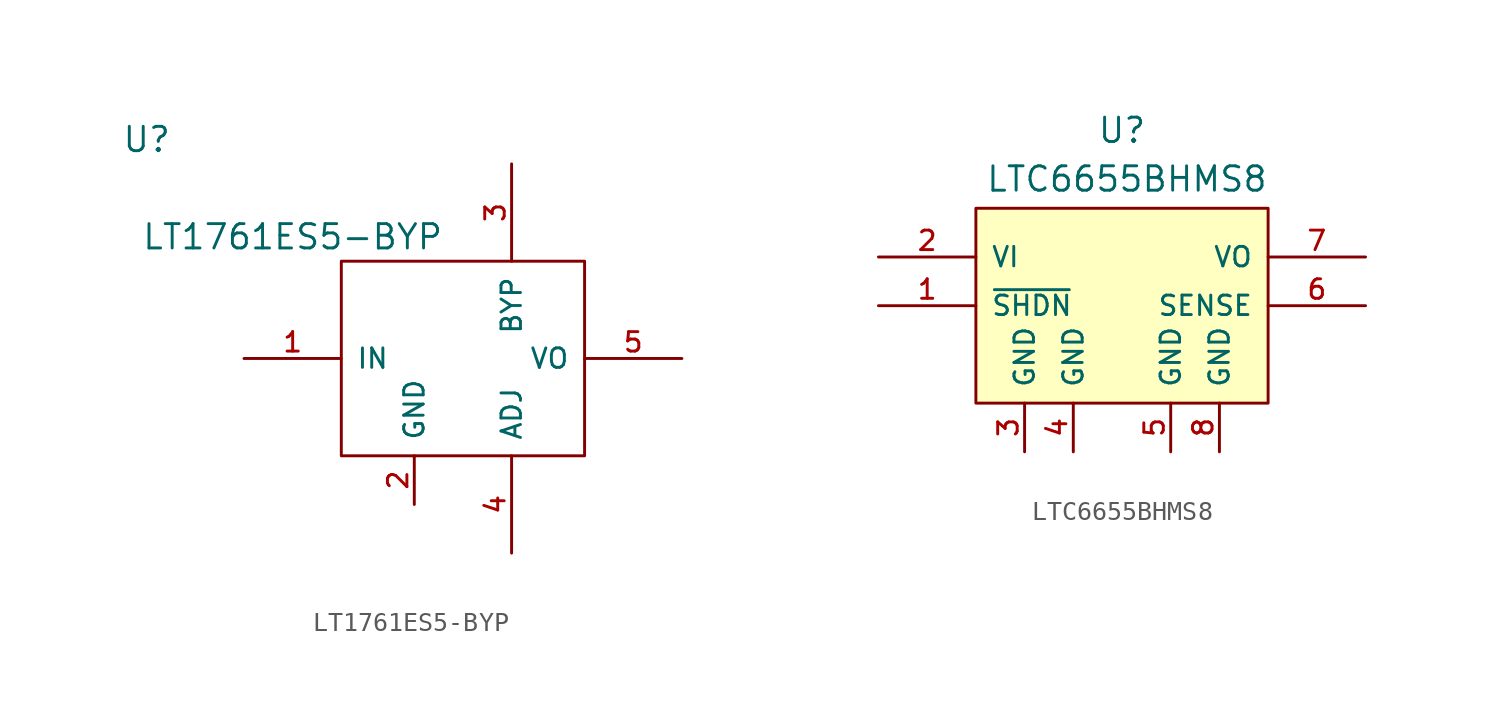
<source format=kicad_sym>
(kicad_symbol_lib
  (version 20231120)
  (generator "kicad_symbol_editor")
  (generator_version "8.0")
  (symbol "LT1761ES5-BYP"
    (pin_names
      (offset 0.762))
    (property "Reference" "U"
      (at -5.08 11.43 0)
      (effects (font (size 1.27 1.27))))
    (property "Value" "LT1761ES5-BYP"
      (at 2.54 6.35 0)
      (effects (font (size 1.27 1.27))))
    (symbol "LT1761ES5-BYP_0_1"
      (rectangle (start 5.08 -5.08) (end 17.78 5.08) (stroke (width 0) (type default)) (fill (type none))))
    (symbol "LT1761ES5-BYP_1_1"
      (pin power_in line (at 0 0 0) (length 5.08) (name "IN" (effects (font (size 1.016 1.016)))) (number "1" (effects (font (size 1.016 1.016)))))
      (pin power_in line (at 8.89 -7.62 90) (length 2.54) (name "GND" (effects (font (size 1.016 1.016)))) (number "2" (effects (font (size 1.016 1.016)))))
      (pin input line (at 13.97 10.16 270) (length 5.08) (name "BYP" (effects (font (size 1.016 1.016)))) (number "3" (effects (font (size 1.016 1.016)))))
      (pin input line (at 13.97 -10.16 90) (length 5.08) (name "ADJ" (effects (font (size 1.016 1.016)))) (number "4" (effects (font (size 1.016 1.016)))))
      (pin power_out line (at 22.86 0 180) (length 5.08) (name "VO" (effects (font (size 1.016 1.016)))) (number "5" (effects (font (size 1.016 1.016)))))))
  (symbol "LTC6655BHMS8"
    (pin_names
      (offset 0.762))
    (property "Reference" "U"
      (at 0 9.144 0)
      (effects (font (size 1.27 1.27))))
    (property "Value" "LTC6655BHMS8"
      (at 0.254 6.604 0)
      (effects (font (size 1.27 1.27))))
    (symbol "LTC6655BHMS8_1_1"
      (rectangle (start -7.62 5.08) (end 7.62 -5.08) (stroke (width 0) (type default)) (fill (type background)))
      (pin input line (at -12.7 0 0) (length 5.08) (name "~{SHDN}" (effects (font (size 1.016 1.016)))) (number "1" (effects (font (size 1.016 1.016)))))
      (pin power_in line (at -12.7 2.54 0) (length 5.08) (name "VI" (effects (font (size 1.016 1.016)))) (number "2" (effects (font (size 1.016 1.016)))))
      (pin power_in line (at -5.08 -7.62 90) (length 2.54) (name "GND" (effects (font (size 1.016 1.016)))) (number "3" (effects (font (size 1.016 1.016)))))
      (pin power_in line (at -2.54 -7.62 90) (length 2.54) (name "GND" (effects (font (size 1.016 1.016)))) (number "4" (effects (font (size 1.016 1.016)))))
      (pin power_in line (at 2.54 -7.62 90) (length 2.54) (name "GND" (effects (font (size 1.016 1.016)))) (number "5" (effects (font (size 1.016 1.016)))))
      (pin input line (at 12.7 0 180) (length 5.08) (name "SENSE" (effects (font (size 1.016 1.016)))) (number "6" (effects (font (size 1.016 1.016)))))
      (pin power_out line (at 12.7 2.54 180) (length 5.08) (name "VO" (effects (font (size 1.016 1.016)))) (number "7" (effects (font (size 1.016 1.016)))))
      (pin power_in line (at 5.08 -7.62 90) (length 2.54) (name "GND" (effects (font (size 1.016 1.016)))) (number "8" (effects (font (size 1.016 1.016))))))))
</source>
